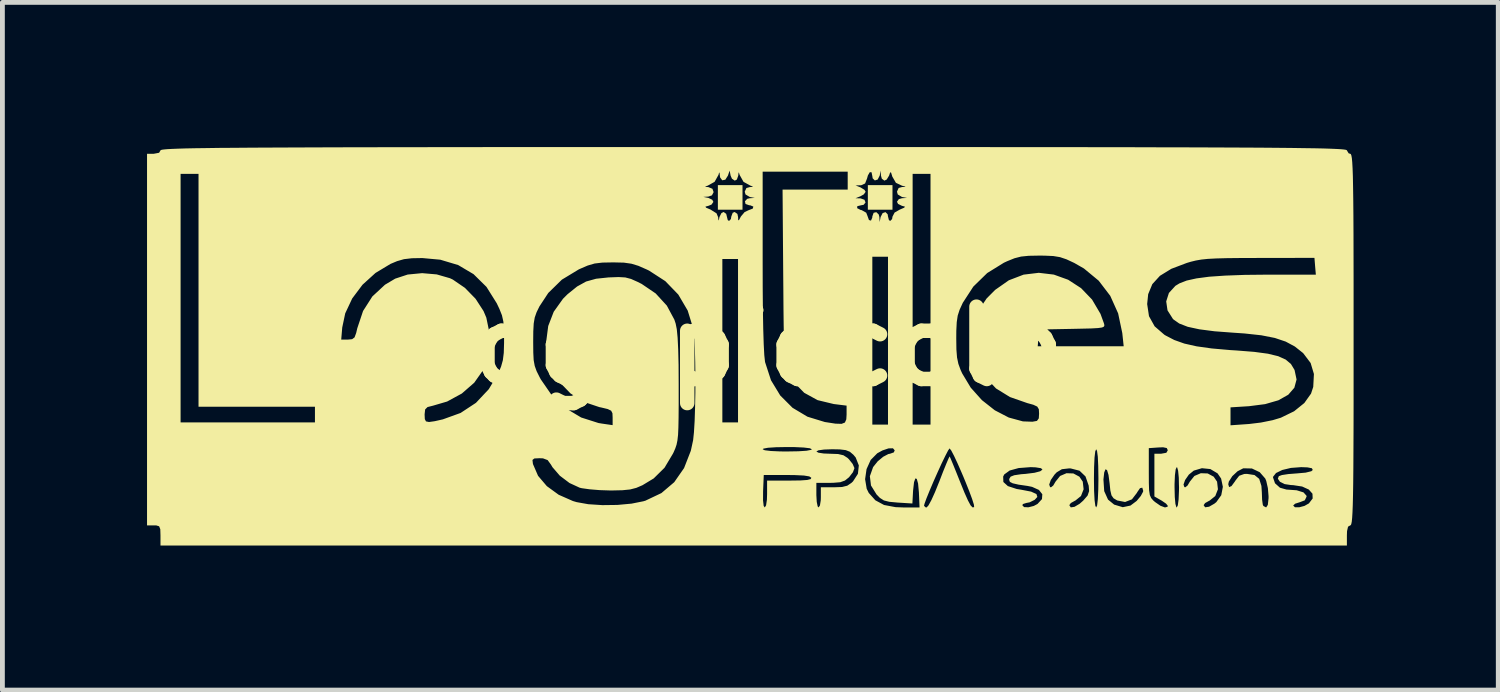
<source format=kicad_pcb>
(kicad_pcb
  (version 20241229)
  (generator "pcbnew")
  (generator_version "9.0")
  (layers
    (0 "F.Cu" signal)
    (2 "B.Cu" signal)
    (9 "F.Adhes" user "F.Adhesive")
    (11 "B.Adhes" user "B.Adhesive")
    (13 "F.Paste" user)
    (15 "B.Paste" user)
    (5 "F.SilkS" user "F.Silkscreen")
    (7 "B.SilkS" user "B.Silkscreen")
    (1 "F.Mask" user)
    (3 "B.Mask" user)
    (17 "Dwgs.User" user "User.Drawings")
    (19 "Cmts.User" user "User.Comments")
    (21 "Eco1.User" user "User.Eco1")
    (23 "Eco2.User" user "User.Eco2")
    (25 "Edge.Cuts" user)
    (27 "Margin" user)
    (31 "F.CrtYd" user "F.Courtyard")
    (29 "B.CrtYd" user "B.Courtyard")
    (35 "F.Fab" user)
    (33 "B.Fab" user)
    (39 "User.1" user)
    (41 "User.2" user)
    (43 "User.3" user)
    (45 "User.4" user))
  (footprint "logopiccolo"
    (layer "F.Cu")
    (at 12.491 4.133)
    (property "Reference" "logopiccolo" (at 0 0 0) (layer "F.SilkS") (effects (font (size 1.5 1.5) (thickness 0.3))))
    (attr board_only exclude_from_pos_files exclude_from_bom)
    (fp_poly (pts (xy -0.139 -3.088) (xy -0.139 -2.833) (xy -0.395 -2.833) (xy -0.65 -2.833) (xy -0.65 -3.088) (xy -0.65 -3.343) (xy -0.395 -3.343) (xy -0.139 -3.343)) (stroke (width 0) (type solid)) (fill yes) (layer "F.SilkS"))
    (fp_poly (pts (xy 2.972 -3.088) (xy 2.972 -2.833) (xy 2.716 -2.833) (xy 2.461 -2.833) (xy 2.461 -3.088) (xy 2.461 -3.343) (xy 2.716 -3.343) (xy 2.972 -3.343)) (stroke (width 0) (type solid)) (fill yes) (layer "F.SilkS"))
    (fp_poly (pts (xy 1.367 -4.133) (xy 2.552 -4.133) (xy 3.65 -4.132) (xy 4.665 -4.132) (xy 5.599 -4.131) (xy 6.457 -4.131) (xy 7.241 -4.13) (xy 7.955 -4.129) (xy 8.601 -4.127) (xy 9.184 -4.126) (xy 9.705 -4.124) (xy 10.169 -4.122) (xy 10.578 -4.12) (xy 10.936 -4.117) (xy 11.245 -4.114) (xy 11.51 -4.11) (xy 11.733 -4.107) (xy 11.917 -4.103) (xy 12.066 -4.098) (xy 12.183 -4.093) (xy 12.271 -4.088) (xy 12.334 -4.082) (xy 12.373 -4.076) (xy 12.394 -4.069) (xy 12.398 -4.063) (xy 12.435 -4.002) (xy 12.468 -3.993) (xy 12.48 -3.985) (xy 12.491 -3.957) (xy 12.501 -3.902) (xy 12.509 -3.817) (xy 12.516 -3.693) (xy 12.522 -3.527) (xy 12.526 -3.312) (xy 12.53 -3.043) (xy 12.533 -2.714) (xy 12.535 -2.319) (xy 12.536 -1.853) (xy 12.537 -1.309) (xy 12.537 -0.683) (xy 12.537 -0.139) (xy 12.537 0.555) (xy 12.537 1.162) (xy 12.536 1.687) (xy 12.534 2.137) (xy 12.532 2.516) (xy 12.529 2.831) (xy 12.525 3.087) (xy 12.52 3.291) (xy 12.514 3.446) (xy 12.507 3.561) (xy 12.499 3.639) (xy 12.489 3.687) (xy 12.478 3.71) (xy 12.468 3.715) (xy 12.422 3.742) (xy 12.401 3.835) (xy 12.398 3.924) (xy 12.398 4.133) (xy 0.093 4.133) (xy -12.212 4.133) (xy -12.212 3.924) (xy -12.216 3.795) (xy -12.24 3.734) (xy -12.299 3.716) (xy -12.352 3.715) (xy -12.491 3.715) (xy -12.491 2.358) (xy -4.496 2.358) (xy -4.487 2.435) (xy -4.483 2.449) (xy -4.38 2.687) (xy -4.198 2.901) (xy -3.952 3.08) (xy -3.657 3.21) (xy -3.579 3.233) (xy -3.338 3.276) (xy -3.046 3.295) (xy -2.735 3.291) (xy -2.44 3.264) (xy -2.195 3.215) (xy -2.148 3.201) (xy -2.137 3.195) (xy 0.287 3.195) (xy 0.3 3.311) (xy 0.323 3.343) (xy 0.35 3.3) (xy 0.367 3.185) (xy 0.371 3.065) (xy 0.371 2.786) (xy 0.84 2.786) (xy 1.062 2.783) (xy 1.204 2.773) (xy 1.275 2.755) (xy 1.289 2.728) (xy 1.246 2.699) (xy 1.135 2.681) (xy 0.946 2.672) (xy 0.786 2.67) (xy 0.302 2.67) (xy 0.288 3.007) (xy 0.287 3.195) (xy -2.137 3.195) (xy -1.821 3.045) (xy -1.555 2.819) (xy -1.351 2.526) (xy -1.212 2.17) (xy -1.204 2.136) (xy 0.279 2.136) (xy 0.323 2.157) (xy 0.448 2.172) (xy 0.643 2.181) (xy 0.789 2.182) (xy 1.393 2.182) (xy 1.435 2.207) (xy 1.546 2.224) (xy 1.674 2.229) (xy 1.844 2.235) (xy 1.955 2.261) (xy 2.039 2.315) (xy 2.068 2.343) (xy 2.146 2.441) (xy 2.182 2.525) (xy 2.182 2.531) (xy 2.152 2.612) (xy 2.076 2.71) (xy 2.068 2.719) (xy 1.986 2.785) (xy 1.889 2.82) (xy 1.743 2.832) (xy 1.674 2.833) (xy 1.393 2.833) (xy 1.393 3.088) (xy 1.401 3.228) (xy 1.42 3.321) (xy 1.439 3.343) (xy 1.467 3.302) (xy 1.484 3.197) (xy 1.486 3.134) (xy 1.486 2.925) (xy 1.758 2.925) (xy 1.925 2.919) (xy 2.034 2.892) (xy 2.12 2.834) (xy 2.153 2.803) (xy 2.183 2.757) (xy 2.404 2.757) (xy 2.437 2.955) (xy 2.48 3.042) (xy 2.617 3.195) (xy 2.797 3.292) (xy 3.036 3.337) (xy 3.195 3.343) (xy 3.533 3.343) (xy 3.532 3.309) (xy 3.626 3.309) (xy 3.659 3.341) (xy 3.68 3.343) (xy 3.718 3.302) (xy 3.779 3.191) (xy 3.854 3.025) (xy 3.936 2.822) (xy 3.942 2.808) (xy 4.02 2.605) (xy 4.087 2.44) (xy 4.135 2.328) (xy 4.157 2.285) (xy 4.158 2.285) (xy 4.179 2.331) (xy 4.227 2.446) (xy 4.294 2.611) (xy 4.364 2.786) (xy 4.464 3.033) (xy 4.539 3.201) (xy 4.594 3.302) (xy 4.635 3.343) (xy 4.666 3.336) (xy 4.666 3.336) (xy 4.661 3.285) (xy 4.624 3.168) (xy 4.564 3.006) (xy 4.488 2.816) (xy 4.441 2.702) (xy 5.268 2.702) (xy 5.272 2.815) (xy 5.365 2.9) (xy 5.548 2.96) (xy 5.645 2.976) (xy 5.848 3.015) (xy 5.958 3.065) (xy 5.977 3.125) (xy 5.923 3.184) (xy 5.817 3.237) (xy 5.749 3.25) (xy 5.679 3.272) (xy 5.665 3.297) (xy 5.702 3.336) (xy 5.792 3.34) (xy 5.903 3.312) (xy 5.98 3.271) (xy 6.073 3.17) (xy 6.08 3.069) (xy 6.01 2.98) (xy 5.868 2.916) (xy 5.774 2.897) (xy 5.581 2.869) (xy 5.579 2.868) (xy 6.223 2.868) (xy 6.241 2.921) (xy 6.261 2.925) (xy 6.307 2.888) (xy 6.354 2.808) (xy 6.449 2.69) (xy 6.582 2.633) (xy 6.725 2.638) (xy 6.849 2.705) (xy 6.919 2.808) (xy 6.937 2.966) (xy 6.882 3.106) (xy 6.766 3.2) (xy 6.757 3.204) (xy 6.671 3.252) (xy 6.64 3.296) (xy 6.671 3.342) (xy 6.748 3.33) (xy 6.854 3.267) (xy 6.928 3.202) (xy 7.019 3.097) (xy 7.051 3.004) (xy 7.042 2.891) (xy 6.99 2.74) (xy 7.151 2.74) (xy 7.154 2.998) (xy 7.164 3.191) (xy 7.18 3.309) (xy 7.197 3.343) (xy 7.217 3.299) (xy 7.232 3.171) (xy 7.241 2.969) (xy 7.244 2.763) (xy 7.348 2.763) (xy 7.364 3.005) (xy 7.443 3.18) (xy 7.57 3.284) (xy 7.749 3.338) (xy 7.909 3.304) (xy 8.037 3.208) (xy 8.123 3.105) (xy 8.17 3.017) (xy 8.173 2.999) (xy 8.154 2.933) (xy 8.107 2.943) (xy 8.05 3.025) (xy 8.041 3.042) (xy 7.939 3.175) (xy 7.797 3.23) (xy 7.637 3.199) (xy 7.632 3.197) (xy 7.558 3.153) (xy 7.515 3.092) (xy 7.491 2.989) (xy 7.476 2.843) (xy 7.453 2.668) (xy 7.423 2.569) (xy 7.391 2.551) (xy 7.364 2.617) (xy 7.348 2.763) (xy 7.244 2.763) (xy 7.244 2.74) (xy 7.24 2.482) (xy 7.231 2.289) (xy 7.215 2.17) (xy 7.197 2.136) (xy 7.178 2.181) (xy 7.163 2.309) (xy 7.154 2.51) (xy 7.151 2.74) (xy 6.99 2.74) (xy 6.976 2.7) (xy 6.852 2.581) (xy 6.669 2.534) (xy 6.635 2.533) (xy 6.486 2.55) (xy 6.379 2.614) (xy 6.333 2.662) (xy 6.256 2.774) (xy 6.223 2.868) (xy 5.579 2.868) (xy 5.465 2.842) (xy 5.407 2.812) (xy 5.393 2.771) (xy 5.395 2.75) (xy 5.423 2.704) (xy 5.498 2.675) (xy 5.639 2.654) (xy 5.732 2.647) (xy 5.918 2.624) (xy 6.036 2.593) (xy 6.083 2.559) (xy 6.053 2.529) (xy 5.94 2.511) (xy 5.838 2.507) (xy 5.589 2.526) (xy 5.403 2.577) (xy 5.291 2.658) (xy 5.268 2.702) (xy 4.441 2.702) (xy 4.405 2.618) (xy 4.323 2.431) (xy 4.249 2.273) (xy 4.191 2.162) (xy 4.157 2.119) (xy 4.156 2.119) (xy 4.126 2.161) (xy 4.07 2.269) (xy 3.994 2.425) (xy 3.909 2.611) (xy 3.822 2.807) (xy 3.742 2.995) (xy 3.677 3.155) (xy 3.636 3.268) (xy 3.626 3.309) (xy 3.532 3.309) (xy 3.52 3.03) (xy 3.503 2.847) (xy 3.476 2.751) (xy 3.446 2.741) (xy 3.419 2.819) (xy 3.4 2.988) (xy 3.399 3) (xy 3.385 3.261) (xy 3.079 3.242) (xy 2.906 3.226) (xy 2.794 3.198) (xy 2.711 3.145) (xy 2.641 3.073) (xy 2.526 2.887) (xy 2.503 2.695) (xy 2.57 2.506) (xy 2.665 2.387) (xy 2.779 2.292) (xy 2.885 2.236) (xy 2.921 2.229) (xy 3 2.201) (xy 3.018 2.158) (xy 2.982 2.116) (xy 2.89 2.118) (xy 2.763 2.161) (xy 2.656 2.22) (xy 2.52 2.358) (xy 2.434 2.548) (xy 2.404 2.757) (xy 2.183 2.757) (xy 2.255 2.645) (xy 2.274 2.472) (xy 2.209 2.307) (xy 2.161 2.25) (xy 2.088 2.188) (xy 2.003 2.154) (xy 1.879 2.139) (xy 1.72 2.136) (xy 1.553 2.142) (xy 1.437 2.158) (xy 1.393 2.182) (xy 1.393 2.182) (xy 0.789 2.182) (xy 1.02 2.178) (xy 1.189 2.167) (xy 1.283 2.149) (xy 1.3 2.136) (xy 1.256 2.115) (xy 1.237 2.113) (xy 8.289 2.113) (xy 8.289 2.616) (xy 8.29 2.838) (xy 8.295 2.988) (xy 8.31 3.085) (xy 8.338 3.148) (xy 8.383 3.2) (xy 8.419 3.231) (xy 8.53 3.308) (xy 8.624 3.343) (xy 8.678 3.329) (xy 8.683 3.309) (xy 8.647 3.264) (xy 8.558 3.203) (xy 8.544 3.195) (xy 8.405 3.115) (xy 8.405 2.925) (xy 8.823 2.925) (xy 8.828 3.126) (xy 8.841 3.269) (xy 8.861 3.339) (xy 8.869 3.343) (xy 8.891 3.299) (xy 8.907 3.178) (xy 8.915 2.995) (xy 8.916 2.925) (xy 8.914 2.868) (xy 9.009 2.868) (xy 9.027 2.921) (xy 9.047 2.925) (xy 9.093 2.888) (xy 9.14 2.808) (xy 9.235 2.69) (xy 9.368 2.633) (xy 9.511 2.638) (xy 9.635 2.705) (xy 9.705 2.808) (xy 9.723 2.966) (xy 9.668 3.106) (xy 9.552 3.2) (xy 9.543 3.204) (xy 9.457 3.252) (xy 9.426 3.296) (xy 9.458 3.34) (xy 9.539 3.328) (xy 9.649 3.265) (xy 9.69 3.232) (xy 9.792 3.089) (xy 9.825 2.916) (xy 9.814 2.862) (xy 9.937 2.862) (xy 9.955 2.921) (xy 10.004 2.9) (xy 10.075 2.804) (xy 10.086 2.786) (xy 10.164 2.686) (xy 10.268 2.649) (xy 10.326 2.647) (xy 10.482 2.671) (xy 10.579 2.75) (xy 10.625 2.897) (xy 10.634 3.037) (xy 10.639 3.181) (xy 10.653 3.283) (xy 10.665 3.312) (xy 10.723 3.343) (xy 10.758 3.29) (xy 10.773 3.15) (xy 10.773 3.109) (xy 10.759 2.942) (xy 10.725 2.792) (xy 10.705 2.744) (xy 10.686 2.722) (xy 10.866 2.722) (xy 10.907 2.842) (xy 11.01 2.934) (xy 11.144 2.972) (xy 11.146 2.972) (xy 11.357 2.987) (xy 11.498 3.031) (xy 11.56 3.1) (xy 11.562 3.118) (xy 11.525 3.195) (xy 11.423 3.234) (xy 11.325 3.265) (xy 11.284 3.302) (xy 11.284 3.303) (xy 11.32 3.339) (xy 11.409 3.34) (xy 11.518 3.311) (xy 11.61 3.259) (xy 11.688 3.157) (xy 11.684 3.058) (xy 11.608 2.972) (xy 11.47 2.909) (xy 11.28 2.88) (xy 11.24 2.879) (xy 11.107 2.859) (xy 11.009 2.81) (xy 10.966 2.747) (xy 10.986 2.694) (xy 11.051 2.671) (xy 11.181 2.651) (xy 11.348 2.638) (xy 11.35 2.638) (xy 11.543 2.621) (xy 11.66 2.592) (xy 11.69 2.566) (xy 11.672 2.53) (xy 11.581 2.512) (xy 11.449 2.507) (xy 11.237 2.523) (xy 11.057 2.566) (xy 10.928 2.629) (xy 10.868 2.705) (xy 10.866 2.722) (xy 10.686 2.722) (xy 10.59 2.612) (xy 10.428 2.535) (xy 10.254 2.531) (xy 10.245 2.533) (xy 10.129 2.593) (xy 10.02 2.695) (xy 9.949 2.807) (xy 9.937 2.862) (xy 9.814 2.862) (xy 9.789 2.744) (xy 9.715 2.636) (xy 9.566 2.547) (xy 9.391 2.529) (xy 9.222 2.579) (xy 9.12 2.662) (xy 9.042 2.774) (xy 9.009 2.868) (xy 8.914 2.868) (xy 8.911 2.725) (xy 8.897 2.582) (xy 8.877 2.512) (xy 8.869 2.507) (xy 8.847 2.551) (xy 8.831 2.673) (xy 8.823 2.856) (xy 8.823 2.925) (xy 8.405 2.925) (xy 8.405 2.672) (xy 8.405 2.229) (xy 8.544 2.229) (xy 8.653 2.209) (xy 8.683 2.157) (xy 8.662 2.111) (xy 8.585 2.095) (xy 8.486 2.099) (xy 8.289 2.113) (xy 1.237 2.113) (xy 1.13 2.1) (xy 0.936 2.091) (xy 0.789 2.09) (xy 0.559 2.094) (xy 0.39 2.105) (xy 0.295 2.123) (xy 0.279 2.136) (xy -1.204 2.136) (xy -1.163 1.946) (xy -1.146 1.783) (xy -1.132 1.551) (xy -1.123 1.27) (xy -1.117 0.96) (xy -1.116 0.64) (xy -1.12 0.33) (xy -1.127 0.051) (xy -1.136 -0.116) (xy -0.557 -0.116) (xy -0.557 1.579) (xy -0.395 1.579) (xy -0.232 1.579) (xy -0.232 -0.116) (xy -0.232 -1.767) (xy 0.279 -1.767) (xy 0.28 -1.22) (xy 0.284 -0.748) (xy 0.291 -0.355) (xy 0.301 -0.043) (xy 0.313 0.183) (xy 0.328 0.321) (xy 0.331 0.334) (xy 0.452 0.705) (xy 0.644 1.021) (xy 0.899 1.276) (xy 1.209 1.461) (xy 1.569 1.571) (xy 1.589 1.574) (xy 1.789 1.605) (xy 1.916 1.609) (xy 1.985 1.582) (xy 2.014 1.516) (xy 2.02 1.416) (xy 2.02 1.231) (xy 1.754 1.198) (xy 1.418 1.117) (xy 1.141 0.965) (xy 0.921 0.74) (xy 0.82 0.58) (xy 0.795 0.531) (xy 0.774 0.478) (xy 0.757 0.412) (xy 0.744 0.325) (xy 0.734 0.206) (xy 0.726 0.046) (xy 0.721 -0.116) (xy 2.554 -0.116) (xy 2.554 1.625) (xy 2.716 1.625) (xy 2.879 1.625) (xy 2.879 -0.116) (xy 2.879 -0.975) (xy 3.39 -0.975) (xy 3.39 1.625) (xy 3.576 1.625) (xy 3.761 1.625) (xy 3.761 -0.163) (xy 4.295 -0.163) (xy 4.298 0.066) (xy 4.311 0.232) (xy 4.339 0.365) (xy 4.386 0.493) (xy 4.418 0.563) (xy 4.596 0.859) (xy 4.827 1.117) (xy 5.095 1.328) (xy 5.384 1.478) (xy 5.678 1.558) (xy 5.874 1.565) (xy 5.969 1.548) (xy 6.007 1.495) (xy 6.013 1.398) (xy 6.008 1.306) (xy 5.975 1.251) (xy 5.894 1.213) (xy 5.77 1.179) (xy 5.409 1.053) (xy 5.12 0.875) (xy 4.896 0.638) (xy 4.746 0.378) (xy 4.685 0.23) (xy 4.654 0.098) (xy 4.646 -0.057) (xy 4.653 -0.226) (xy 4.693 -0.529) (xy 4.779 -0.775) (xy 4.925 -0.992) (xy 5.102 -1.17) (xy 5.386 -1.369) (xy 5.692 -1.486) (xy 6.007 -1.524) (xy 6.319 -1.487) (xy 6.616 -1.38) (xy 6.884 -1.206) (xy 7.112 -0.969) (xy 7.287 -0.672) (xy 7.358 -0.477) (xy 7.368 -0.437) (xy 7.359 -0.409) (xy 7.32 -0.39) (xy 7.237 -0.378) (xy 7.095 -0.37) (xy 6.884 -0.365) (xy 6.701 -0.361) (xy 6.013 -0.348) (xy 5.999 -0.174) (xy 5.985 0) (xy 6.876 0) (xy 7.768 0) (xy 7.739 -0.274) (xy 7.653 -0.682) (xy 7.566 -0.876) (xy 8.255 -0.876) (xy 8.293 -0.624) (xy 8.41 -0.414) (xy 8.611 -0.24) (xy 8.639 -0.223) (xy 8.818 -0.13) (xy 9.027 -0.056) (xy 9.281 0.001) (xy 9.594 0.045) (xy 9.981 0.079) (xy 10.11 0.087) (xy 10.476 0.116) (xy 10.76 0.154) (xy 10.974 0.206) (xy 11.129 0.276) (xy 11.237 0.367) (xy 11.308 0.484) (xy 11.313 0.495) (xy 11.354 0.689) (xy 11.308 0.86) (xy 11.182 1.005) (xy 10.978 1.12) (xy 10.702 1.2) (xy 10.367 1.243) (xy 9.984 1.267) (xy 9.984 1.453) (xy 9.984 1.639) (xy 10.369 1.612) (xy 10.615 1.582) (xy 10.858 1.533) (xy 11.028 1.482) (xy 11.303 1.348) (xy 11.515 1.177) (xy 11.654 0.982) (xy 11.7 0.843) (xy 11.714 0.575) (xy 11.646 0.347) (xy 11.494 0.146) (xy 11.481 0.134) (xy 11.317 0.004) (xy 11.129 -0.097) (xy 10.903 -0.173) (xy 10.623 -0.228) (xy 10.273 -0.266) (xy 10.053 -0.281) (xy 9.654 -0.311) (xy 9.338 -0.352) (xy 9.097 -0.404) (xy 8.921 -0.472) (xy 8.801 -0.556) (xy 8.789 -0.568) (xy 8.677 -0.745) (xy 8.65 -0.931) (xy 8.706 -1.106) (xy 8.841 -1.254) (xy 8.925 -1.305) (xy 9.074 -1.363) (xy 9.277 -1.408) (xy 9.54 -1.443) (xy 9.873 -1.466) (xy 10.282 -1.481) (xy 10.775 -1.486) (xy 10.811 -1.486) (xy 11.754 -1.486) (xy 11.739 -1.66) (xy 11.725 -1.834) (xy 10.564 -1.832) (xy 10.198 -1.831) (xy 9.91 -1.828) (xy 9.687 -1.822) (xy 9.515 -1.813) (xy 9.379 -1.799) (xy 9.265 -1.779) (xy 9.159 -1.753) (xy 9.078 -1.729) (xy 8.756 -1.607) (xy 8.52 -1.462) (xy 8.362 -1.289) (xy 8.276 -1.081) (xy 8.255 -0.876) (xy 7.566 -0.876) (xy 7.489 -1.047) (xy 7.25 -1.36) (xy 6.943 -1.614) (xy 6.742 -1.729) (xy 6.581 -1.804) (xy 6.447 -1.849) (xy 6.308 -1.872) (xy 6.127 -1.88) (xy 6.014 -1.881) (xy 5.799 -1.877) (xy 5.64 -1.861) (xy 5.503 -1.826) (xy 5.352 -1.765) (xy 5.283 -1.733) (xy 4.937 -1.519) (xy 4.649 -1.238) (xy 4.43 -0.901) (xy 4.426 -0.892) (xy 4.364 -0.757) (xy 4.325 -0.636) (xy 4.305 -0.501) (xy 4.296 -0.321) (xy 4.295 -0.163) (xy 3.761 -0.163) (xy 3.761 -0.975) (xy 3.761 -3.576) (xy 3.576 -3.576) (xy 3.39 -3.576) (xy 3.39 -0.975) (xy 2.879 -0.975) (xy 2.879 -1.857) (xy 2.716 -1.857) (xy 2.554 -1.857) (xy 2.554 -0.116) (xy 0.721 -0.116) (xy 0.72 -0.165) (xy 0.715 -0.435) (xy 0.711 -0.774) (xy 0.708 -1.192) (xy 0.706 -1.428) (xy 0.692 -3.25) (xy 1.368 -3.25) (xy 2.043 -3.25) (xy 2.043 -3.337) (xy 2.206 -3.337) (xy 2.31 -3.295) (xy 2.391 -3.245) (xy 2.415 -3.204) (xy 2.377 -3.151) (xy 2.31 -3.113) (xy 2.206 -3.071) (xy 2.31 -3.068) (xy 2.391 -3.039) (xy 2.413 -2.983) (xy 2.374 -2.935) (xy 2.322 -2.925) (xy 2.242 -2.906) (xy 2.239 -2.865) (xy 2.309 -2.829) (xy 2.333 -2.824) (xy 2.427 -2.771) (xy 2.453 -2.705) (xy 2.484 -2.619) (xy 2.526 -2.607) (xy 2.553 -2.67) (xy 2.554 -2.693) (xy 2.581 -2.769) (xy 2.637 -2.782) (xy 2.687 -2.734) (xy 2.7 -2.682) (xy 2.706 -2.577) (xy 2.726 -2.682) (xy 2.768 -2.763) (xy 2.827 -2.783) (xy 2.872 -2.738) (xy 2.879 -2.693) (xy 2.898 -2.618) (xy 2.925 -2.6) (xy 2.964 -2.639) (xy 2.972 -2.689) (xy 3.016 -2.774) (xy 3.123 -2.835) (xy 3.216 -2.875) (xy 3.23 -2.897) (xy 3.17 -2.913) (xy 3.169 -2.913) (xy 3.088 -2.953) (xy 3.065 -2.998) (xy 3.104 -3.053) (xy 3.169 -3.071) (xy 3.274 -3.077) (xy 3.169 -3.097) (xy 3.082 -3.149) (xy 3.065 -3.207) (xy 3.1 -3.284) (xy 3.169 -3.303) (xy 3.243 -3.309) (xy 3.226 -3.319) (xy 3.173 -3.329) (xy 3.043 -3.391) (xy 2.967 -3.523) (xy 2.959 -3.552) (xy 2.939 -3.614) (xy 2.919 -3.593) (xy 2.902 -3.541) (xy 2.852 -3.459) (xy 2.804 -3.436) (xy 2.751 -3.476) (xy 2.733 -3.541) (xy 2.727 -3.645) (xy 2.707 -3.541) (xy 2.665 -3.459) (xy 2.606 -3.44) (xy 2.561 -3.484) (xy 2.554 -3.529) (xy 2.538 -3.609) (xy 2.502 -3.612) (xy 2.462 -3.544) (xy 2.445 -3.483) (xy 2.404 -3.377) (xy 2.325 -3.341) (xy 2.311 -3.34) (xy 2.206 -3.337) (xy 2.043 -3.337) (xy 2.043 -3.436) (xy 2.043 -3.622) (xy 1.161 -3.622) (xy 0.279 -3.622) (xy 0.279 -1.767) (xy -0.232 -1.767) (xy -0.232 -1.811) (xy -0.395 -1.811) (xy -0.557 -1.811) (xy -0.557 -0.116) (xy -1.136 -0.116) (xy -1.139 -0.18) (xy -1.155 -0.341) (xy -1.159 -0.362) (xy -1.276 -0.741) (xy -1.471 -1.073) (xy -1.74 -1.351) (xy -2.078 -1.57) (xy -2.126 -1.593) (xy -2.299 -1.669) (xy -2.444 -1.713) (xy -2.6 -1.735) (xy -2.805 -1.74) (xy -2.833 -1.74) (xy -3.046 -1.736) (xy -3.206 -1.717) (xy -3.35 -1.675) (xy -3.517 -1.603) (xy -3.536 -1.594) (xy -3.886 -1.382) (xy -4.168 -1.106) (xy -4.352 -0.826) (xy -4.411 -0.705) (xy -4.449 -0.596) (xy -4.47 -0.473) (xy -4.479 -0.309) (xy -4.481 -0.093) (xy -4.479 0.13) (xy -4.471 0.287) (xy -4.449 0.407) (xy -4.41 0.516) (xy -4.347 0.642) (xy -4.324 0.685) (xy -4.097 1.014) (xy -3.814 1.281) (xy -3.486 1.477) (xy -3.126 1.592) (xy -3.053 1.604) (xy -2.833 1.636) (xy -2.833 1.477) (xy -2.837 1.389) (xy -2.864 1.336) (xy -2.935 1.302) (xy -3.072 1.269) (xy -3.108 1.262) (xy -3.433 1.153) (xy -3.707 0.978) (xy -3.925 0.752) (xy -4.084 0.485) (xy -4.18 0.193) (xy -4.209 -0.113) (xy -4.169 -0.421) (xy -4.055 -0.716) (xy -3.863 -0.985) (xy -3.768 -1.08) (xy -3.57 -1.24) (xy -3.384 -1.343) (xy -3.176 -1.401) (xy -2.912 -1.429) (xy -2.902 -1.429) (xy -2.709 -1.436) (xy -2.571 -1.428) (xy -2.452 -1.397) (xy -2.315 -1.336) (xy -2.23 -1.293) (xy -1.94 -1.096) (xy -1.709 -0.844) (xy -1.553 -0.554) (xy -1.525 -0.469) (xy -1.502 -0.353) (xy -1.485 -0.177) (xy -1.473 0.067) (xy -1.465 0.387) (xy -1.463 0.791) (xy -1.463 0.859) (xy -1.463 1.209) (xy -1.465 1.48) (xy -1.469 1.686) (xy -1.476 1.839) (xy -1.489 1.953) (xy -1.507 2.041) (xy -1.533 2.118) (xy -1.567 2.197) (xy -1.583 2.229) (xy -1.757 2.52) (xy -1.981 2.741) (xy -2.214 2.882) (xy -2.342 2.937) (xy -2.47 2.97) (xy -2.629 2.986) (xy -2.848 2.991) (xy -2.879 2.991) (xy -3.099 2.984) (xy -3.308 2.967) (xy -3.473 2.944) (xy -3.518 2.933) (xy -3.728 2.836) (xy -3.928 2.685) (xy -4.081 2.508) (xy -4.113 2.454) (xy -4.181 2.361) (xy -4.277 2.325) (xy -4.348 2.322) (xy -4.457 2.327) (xy -4.496 2.358) (xy -12.491 2.358) (xy -12.491 -0.139) (xy -12.491 -0.998) (xy -11.795 -0.998) (xy -11.795 1.579) (xy -10.401 1.579) (xy -9.008 1.579) (xy -9.008 1.416) (xy -9.008 1.254) (xy -10.216 1.254) (xy -11.423 1.254) (xy -11.423 -0.139) (xy -8.463 -0.139) (xy -8.321 -0.139) (xy -8.237 -0.147) (xy -8.187 -0.184) (xy -8.153 -0.275) (xy -8.13 -0.373) (xy -8.01 -0.732) (xy -7.817 -1.034) (xy -7.555 -1.277) (xy -7.343 -1.403) (xy -7.084 -1.488) (xy -6.785 -1.517) (xy -6.482 -1.491) (xy -6.208 -1.412) (xy -6.147 -1.383) (xy -5.896 -1.211) (xy -5.676 -0.985) (xy -5.511 -0.731) (xy -5.453 -0.594) (xy -5.402 -0.347) (xy -5.393 -0.067) (xy -5.425 0.209) (xy -5.494 0.444) (xy -5.515 0.488) (xy -5.704 0.756) (xy -5.961 0.98) (xy -6.266 1.146) (xy -6.559 1.232) (xy -6.673 1.261) (xy -6.722 1.31) (xy -6.733 1.409) (xy -6.733 1.421) (xy -6.729 1.51) (xy -6.705 1.558) (xy -6.642 1.571) (xy -6.523 1.554) (xy -6.355 1.516) (xy -5.987 1.383) (xy -5.668 1.173) (xy -5.402 0.89) (xy -5.207 0.563) (xy -5.147 0.421) (xy -5.11 0.289) (xy -5.091 0.136) (xy -5.085 -0.07) (xy -5.085 -0.14) (xy -5.087 -0.357) (xy -5.1 -0.514) (xy -5.129 -0.643) (xy -5.182 -0.776) (xy -5.237 -0.892) (xy -5.45 -1.232) (xy -5.718 -1.496) (xy -6.037 -1.685) (xy -6.408 -1.796) (xy -6.78 -1.83) (xy -6.998 -1.826) (xy -7.161 -1.807) (xy -7.304 -1.766) (xy -7.44 -1.709) (xy -7.752 -1.521) (xy -8.021 -1.277) (xy -8.235 -0.992) (xy -8.38 -0.683) (xy -8.442 -0.389) (xy -8.463 -0.139) (xy -11.423 -0.139) (xy -11.423 -1.161) (xy -11.423 -3.099) (xy -0.952 -3.099) (xy -0.847 -3.078) (xy -0.766 -3.039) (xy -0.743 -2.995) (xy -0.782 -2.939) (xy -0.847 -2.913) (xy -0.908 -2.897) (xy -0.895 -2.875) (xy -0.802 -2.836) (xy -0.801 -2.835) (xy -0.678 -2.758) (xy -0.644 -2.677) (xy -0.638 -2.608) (xy -0.628 -2.628) (xy -0.617 -2.682) (xy -0.576 -2.763) (xy -0.531 -2.786) (xy -0.477 -2.747) (xy -0.464 -2.693) (xy -0.445 -2.618) (xy -0.418 -2.6) (xy -0.38 -2.639) (xy -0.371 -2.693) (xy -0.342 -2.769) (xy -0.302 -2.786) (xy -0.245 -2.746) (xy -0.231 -2.682) (xy -0.228 -2.612) (xy -0.21 -2.621) (xy -0.172 -2.693) (xy -0.094 -2.785) (xy -0.01 -2.824) (xy 0.074 -2.856) (xy 0.086 -2.898) (xy 0.022 -2.924) (xy 0 -2.925) (xy -0.076 -2.952) (xy -0.089 -3.008) (xy -0.041 -3.059) (xy 0.012 -3.071) (xy 0.116 -3.077) (xy 0.012 -3.097) (xy -0.076 -3.149) (xy -0.093 -3.207) (xy -0.058 -3.283) (xy 0.012 -3.302) (xy 0.079 -3.309) (xy 0.058 -3.322) (xy 0.027 -3.331) (xy -0.118 -3.411) (xy -0.199 -3.556) (xy -0.216 -3.611) (xy -0.224 -3.578) (xy -0.227 -3.541) (xy -0.256 -3.459) (xy -0.299 -3.436) (xy -0.358 -3.476) (xy -0.386 -3.541) (xy -0.406 -3.645) (xy -0.441 -3.541) (xy -0.495 -3.456) (xy -0.559 -3.443) (xy -0.603 -3.502) (xy -0.609 -3.541) (xy -0.616 -3.609) (xy -0.629 -3.587) (xy -0.637 -3.556) (xy -0.718 -3.411) (xy -0.862 -3.331) (xy -0.917 -3.313) (xy -0.885 -3.305) (xy -0.847 -3.302) (xy -0.763 -3.267) (xy -0.738 -3.198) (xy -0.773 -3.131) (xy -0.847 -3.105) (xy -0.952 -3.099) (xy -11.423 -3.099) (xy -11.423 -3.576) (xy -11.609 -3.576) (xy -11.795 -3.576) (xy -11.795 -0.998) (xy -12.491 -0.998) (xy -12.491 -3.993) (xy -12.352 -3.993) (xy -12.241 -4.014) (xy -12.212 -4.063) (xy -12.205 -4.07) (xy -12.181 -4.077) (xy -12.137 -4.083) (xy -12.069 -4.089) (xy -11.975 -4.094) (xy -11.852 -4.099) (xy -11.695 -4.104) (xy -11.503 -4.108) (xy -11.271 -4.111) (xy -10.997 -4.115) (xy -10.677 -4.117) (xy -10.309 -4.12) (xy -9.888 -4.122) (xy -9.413 -4.124) (xy -8.878 -4.126) (xy -8.283 -4.128) (xy -7.622 -4.129) (xy -6.894 -4.13) (xy -6.094 -4.131) (xy -5.22 -4.132) (xy -4.268 -4.132) (xy -3.236 -4.132) (xy -2.12 -4.133) (xy -0.916 -4.133) (xy 0.093 -4.133)) (stroke (width 0) (type solid)) (fill yes) (layer "F.SilkS")))
  (gr_rect
    (start -3 -3)
    (end 28.029 11.265)
    (stroke (width 0.1) (type default))
    (fill no)
    (layer "Edge.Cuts")))
</source>
